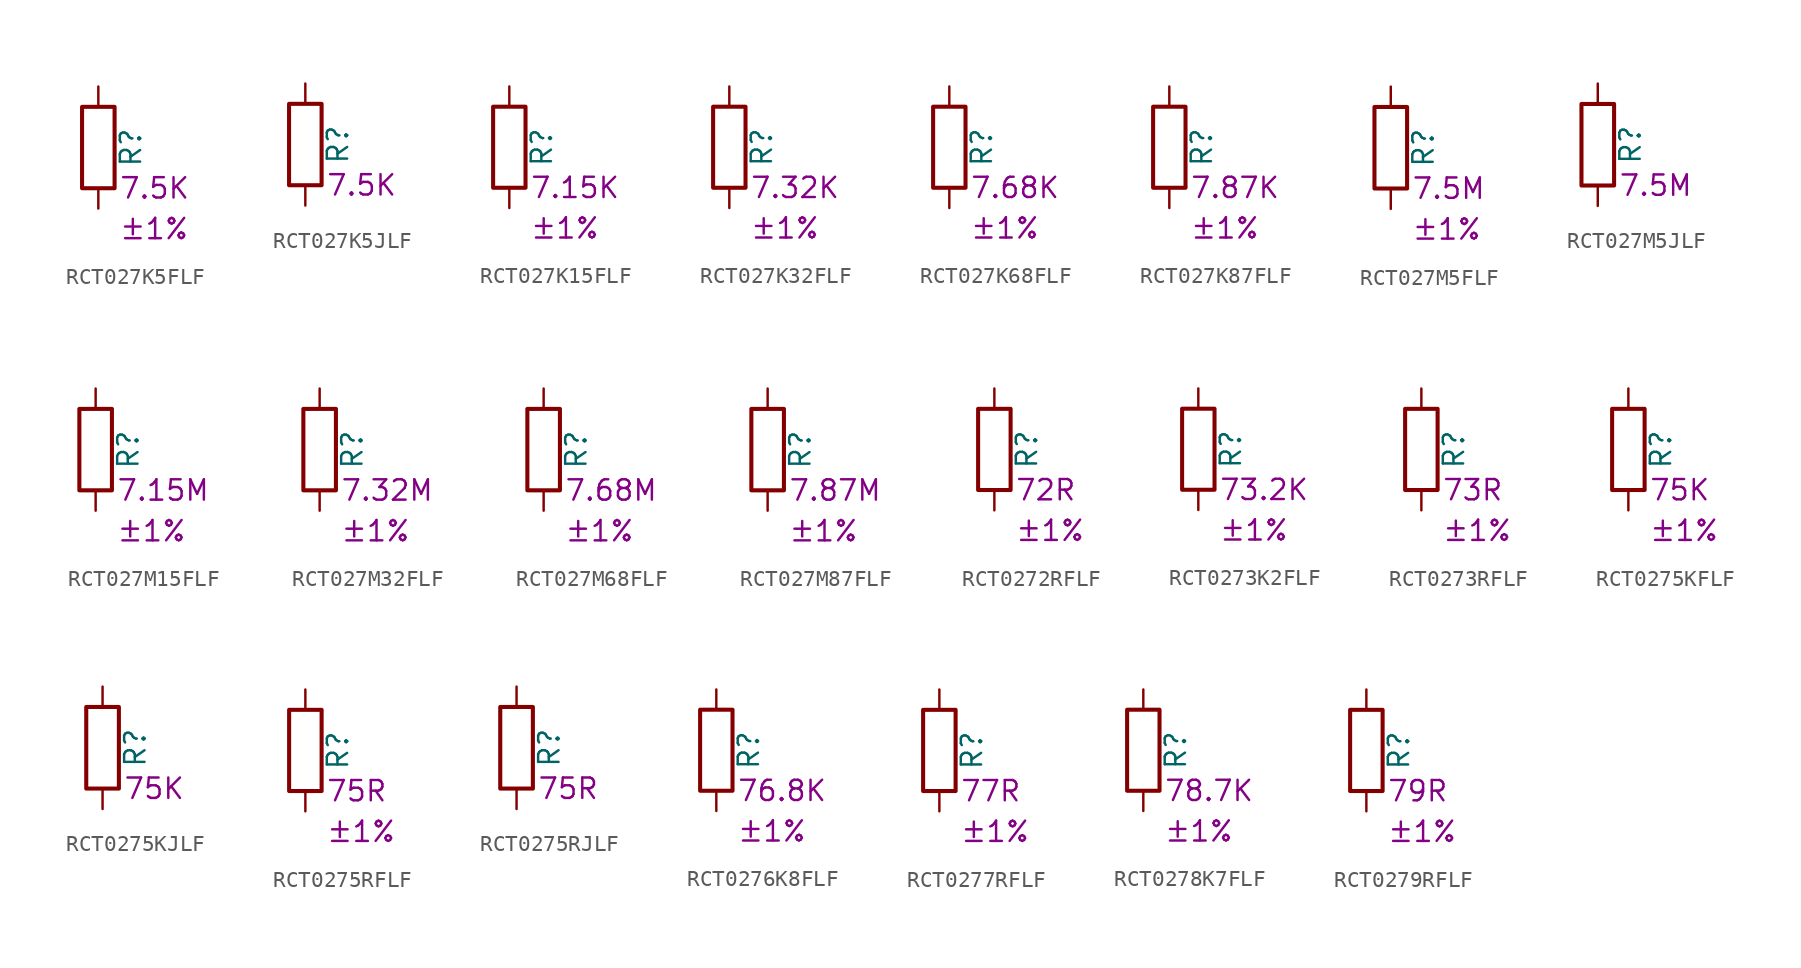
<source format=kicad_sym>
(kicad_symbol_lib
  (version 20220914)
  (generator kicad_symbol_editor)
  (symbol "RCT027K5FLF"
    (pin_numbers hide)
    (pin_names
      (offset 0))
    (property "Reference" "R"
      (at 2.032 0 90)
      (effects (font (size 1.27 1.27))))
    (property "Resistance" "7.5K"
      (at 1.27 -2.54 0)
      (effects (font (size 1.27 1.27)) (justify left)))
    (property "Tolerance" "±1%"
      (at 1.27 -5.08 0)
      (effects (font (size 1.27 1.27)) (justify left)))
    (symbol "RCT027K5FLF_0_1"
      (rectangle (start -1.016 -2.54) (end 1.016 2.54) (stroke (width 0.254) (type default)) (fill (type none))))
    (symbol "RCT027K5FLF_1_1"
      (pin passive line (at 0 3.81 270) (length 1.27) (name "~" (effects (font (size 1.27 1.27)))) (number "1" (effects (font (size 1.27 1.27)))))
      (pin passive line (at 0 -3.81 90) (length 1.27) (name "~" (effects (font (size 1.27 1.27)))) (number "2" (effects (font (size 1.27 1.27)))))))
  (symbol "RCT027K5JLF"
    (pin_numbers hide)
    (pin_names
      (offset 0))
    (property "Reference" "R"
      (at 2.032 0 90)
      (effects (font (size 1.27 1.27))))
    (property "Resistance" "7.5K"
      (at 1.27 -2.54 0)
      (effects (font (size 1.27 1.27)) (justify left)))
    (symbol "RCT027K5JLF_0_1"
      (rectangle (start -1.016 -2.54) (end 1.016 2.54) (stroke (width 0.254) (type default)) (fill (type none))))
    (symbol "RCT027K5JLF_1_1"
      (pin passive line (at 0 3.81 270) (length 1.27) (name "~" (effects (font (size 1.27 1.27)))) (number "1" (effects (font (size 1.27 1.27)))))
      (pin passive line (at 0 -3.81 90) (length 1.27) (name "~" (effects (font (size 1.27 1.27)))) (number "2" (effects (font (size 1.27 1.27)))))))
  (symbol "RCT027K15FLF"
    (pin_numbers hide)
    (pin_names
      (offset 0))
    (property "Reference" "R"
      (at 2.032 0 90)
      (effects (font (size 1.27 1.27))))
    (property "Resistance" "7.15K"
      (at 1.27 -2.54 0)
      (effects (font (size 1.27 1.27)) (justify left)))
    (property "Tolerance" "±1%"
      (at 1.27 -5.08 0)
      (effects (font (size 1.27 1.27)) (justify left)))
    (symbol "RCT027K15FLF_0_1"
      (rectangle (start -1.016 -2.54) (end 1.016 2.54) (stroke (width 0.254) (type default)) (fill (type none))))
    (symbol "RCT027K15FLF_1_1"
      (pin passive line (at 0 3.81 270) (length 1.27) (name "~" (effects (font (size 1.27 1.27)))) (number "1" (effects (font (size 1.27 1.27)))))
      (pin passive line (at 0 -3.81 90) (length 1.27) (name "~" (effects (font (size 1.27 1.27)))) (number "2" (effects (font (size 1.27 1.27)))))))
  (symbol "RCT027K32FLF"
    (pin_numbers hide)
    (pin_names
      (offset 0))
    (property "Reference" "R"
      (at 2.032 0 90)
      (effects (font (size 1.27 1.27))))
    (property "Resistance" "7.32K"
      (at 1.27 -2.54 0)
      (effects (font (size 1.27 1.27)) (justify left)))
    (property "Tolerance" "±1%"
      (at 1.27 -5.08 0)
      (effects (font (size 1.27 1.27)) (justify left)))
    (symbol "RCT027K32FLF_0_1"
      (rectangle (start -1.016 -2.54) (end 1.016 2.54) (stroke (width 0.254) (type default)) (fill (type none))))
    (symbol "RCT027K32FLF_1_1"
      (pin passive line (at 0 3.81 270) (length 1.27) (name "~" (effects (font (size 1.27 1.27)))) (number "1" (effects (font (size 1.27 1.27)))))
      (pin passive line (at 0 -3.81 90) (length 1.27) (name "~" (effects (font (size 1.27 1.27)))) (number "2" (effects (font (size 1.27 1.27)))))))
  (symbol "RCT027K68FLF"
    (pin_numbers hide)
    (pin_names
      (offset 0))
    (property "Reference" "R"
      (at 2.032 0 90)
      (effects (font (size 1.27 1.27))))
    (property "Resistance" "7.68K"
      (at 1.27 -2.54 0)
      (effects (font (size 1.27 1.27)) (justify left)))
    (property "Tolerance" "±1%"
      (at 1.27 -5.08 0)
      (effects (font (size 1.27 1.27)) (justify left)))
    (symbol "RCT027K68FLF_0_1"
      (rectangle (start -1.016 -2.54) (end 1.016 2.54) (stroke (width 0.254) (type default)) (fill (type none))))
    (symbol "RCT027K68FLF_1_1"
      (pin passive line (at 0 3.81 270) (length 1.27) (name "~" (effects (font (size 1.27 1.27)))) (number "1" (effects (font (size 1.27 1.27)))))
      (pin passive line (at 0 -3.81 90) (length 1.27) (name "~" (effects (font (size 1.27 1.27)))) (number "2" (effects (font (size 1.27 1.27)))))))
  (symbol "RCT027K87FLF"
    (pin_numbers hide)
    (pin_names
      (offset 0))
    (property "Reference" "R"
      (at 2.032 0 90)
      (effects (font (size 1.27 1.27))))
    (property "Resistance" "7.87K"
      (at 1.27 -2.54 0)
      (effects (font (size 1.27 1.27)) (justify left)))
    (property "Tolerance" "±1%"
      (at 1.27 -5.08 0)
      (effects (font (size 1.27 1.27)) (justify left)))
    (symbol "RCT027K87FLF_0_1"
      (rectangle (start -1.016 -2.54) (end 1.016 2.54) (stroke (width 0.254) (type default)) (fill (type none))))
    (symbol "RCT027K87FLF_1_1"
      (pin passive line (at 0 3.81 270) (length 1.27) (name "~" (effects (font (size 1.27 1.27)))) (number "1" (effects (font (size 1.27 1.27)))))
      (pin passive line (at 0 -3.81 90) (length 1.27) (name "~" (effects (font (size 1.27 1.27)))) (number "2" (effects (font (size 1.27 1.27)))))))
  (symbol "RCT027M5FLF"
    (pin_numbers hide)
    (pin_names
      (offset 0))
    (property "Reference" "R"
      (at 2.032 0 90)
      (effects (font (size 1.27 1.27))))
    (property "Resistance" "7.5M"
      (at 1.27 -2.54 0)
      (effects (font (size 1.27 1.27)) (justify left)))
    (property "Tolerance" "±1%"
      (at 1.27 -5.08 0)
      (effects (font (size 1.27 1.27)) (justify left)))
    (symbol "RCT027M5FLF_0_1"
      (rectangle (start -1.016 -2.54) (end 1.016 2.54) (stroke (width 0.254) (type default)) (fill (type none))))
    (symbol "RCT027M5FLF_1_1"
      (pin passive line (at 0 3.81 270) (length 1.27) (name "~" (effects (font (size 1.27 1.27)))) (number "1" (effects (font (size 1.27 1.27)))))
      (pin passive line (at 0 -3.81 90) (length 1.27) (name "~" (effects (font (size 1.27 1.27)))) (number "2" (effects (font (size 1.27 1.27)))))))
  (symbol "RCT027M5JLF"
    (pin_numbers hide)
    (pin_names
      (offset 0))
    (property "Reference" "R"
      (at 2.032 0 90)
      (effects (font (size 1.27 1.27))))
    (property "Resistance" "7.5M"
      (at 1.27 -2.54 0)
      (effects (font (size 1.27 1.27)) (justify left)))
    (symbol "RCT027M5JLF_0_1"
      (rectangle (start -1.016 -2.54) (end 1.016 2.54) (stroke (width 0.254) (type default)) (fill (type none))))
    (symbol "RCT027M5JLF_1_1"
      (pin passive line (at 0 3.81 270) (length 1.27) (name "~" (effects (font (size 1.27 1.27)))) (number "1" (effects (font (size 1.27 1.27)))))
      (pin passive line (at 0 -3.81 90) (length 1.27) (name "~" (effects (font (size 1.27 1.27)))) (number "2" (effects (font (size 1.27 1.27)))))))
  (symbol "RCT027M15FLF"
    (pin_numbers hide)
    (pin_names
      (offset 0))
    (property "Reference" "R"
      (at 2.032 0 90)
      (effects (font (size 1.27 1.27))))
    (property "Resistance" "7.15M"
      (at 1.27 -2.54 0)
      (effects (font (size 1.27 1.27)) (justify left)))
    (property "Tolerance" "±1%"
      (at 1.27 -5.08 0)
      (effects (font (size 1.27 1.27)) (justify left)))
    (symbol "RCT027M15FLF_0_1"
      (rectangle (start -1.016 -2.54) (end 1.016 2.54) (stroke (width 0.254) (type default)) (fill (type none))))
    (symbol "RCT027M15FLF_1_1"
      (pin passive line (at 0 3.81 270) (length 1.27) (name "~" (effects (font (size 1.27 1.27)))) (number "1" (effects (font (size 1.27 1.27)))))
      (pin passive line (at 0 -3.81 90) (length 1.27) (name "~" (effects (font (size 1.27 1.27)))) (number "2" (effects (font (size 1.27 1.27)))))))
  (symbol "RCT027M32FLF"
    (pin_numbers hide)
    (pin_names
      (offset 0))
    (property "Reference" "R"
      (at 2.032 0 90)
      (effects (font (size 1.27 1.27))))
    (property "Resistance" "7.32M"
      (at 1.27 -2.54 0)
      (effects (font (size 1.27 1.27)) (justify left)))
    (property "Tolerance" "±1%"
      (at 1.27 -5.08 0)
      (effects (font (size 1.27 1.27)) (justify left)))
    (symbol "RCT027M32FLF_0_1"
      (rectangle (start -1.016 -2.54) (end 1.016 2.54) (stroke (width 0.254) (type default)) (fill (type none))))
    (symbol "RCT027M32FLF_1_1"
      (pin passive line (at 0 3.81 270) (length 1.27) (name "~" (effects (font (size 1.27 1.27)))) (number "1" (effects (font (size 1.27 1.27)))))
      (pin passive line (at 0 -3.81 90) (length 1.27) (name "~" (effects (font (size 1.27 1.27)))) (number "2" (effects (font (size 1.27 1.27)))))))
  (symbol "RCT027M68FLF"
    (pin_numbers hide)
    (pin_names
      (offset 0))
    (property "Reference" "R"
      (at 2.032 0 90)
      (effects (font (size 1.27 1.27))))
    (property "Resistance" "7.68M"
      (at 1.27 -2.54 0)
      (effects (font (size 1.27 1.27)) (justify left)))
    (property "Tolerance" "±1%"
      (at 1.27 -5.08 0)
      (effects (font (size 1.27 1.27)) (justify left)))
    (symbol "RCT027M68FLF_0_1"
      (rectangle (start -1.016 -2.54) (end 1.016 2.54) (stroke (width 0.254) (type default)) (fill (type none))))
    (symbol "RCT027M68FLF_1_1"
      (pin passive line (at 0 3.81 270) (length 1.27) (name "~" (effects (font (size 1.27 1.27)))) (number "1" (effects (font (size 1.27 1.27)))))
      (pin passive line (at 0 -3.81 90) (length 1.27) (name "~" (effects (font (size 1.27 1.27)))) (number "2" (effects (font (size 1.27 1.27)))))))
  (symbol "RCT027M87FLF"
    (pin_numbers hide)
    (pin_names
      (offset 0))
    (property "Reference" "R"
      (at 2.032 0 90)
      (effects (font (size 1.27 1.27))))
    (property "Resistance" "7.87M"
      (at 1.27 -2.54 0)
      (effects (font (size 1.27 1.27)) (justify left)))
    (property "Tolerance" "±1%"
      (at 1.27 -5.08 0)
      (effects (font (size 1.27 1.27)) (justify left)))
    (symbol "RCT027M87FLF_0_1"
      (rectangle (start -1.016 -2.54) (end 1.016 2.54) (stroke (width 0.254) (type default)) (fill (type none))))
    (symbol "RCT027M87FLF_1_1"
      (pin passive line (at 0 3.81 270) (length 1.27) (name "~" (effects (font (size 1.27 1.27)))) (number "1" (effects (font (size 1.27 1.27)))))
      (pin passive line (at 0 -3.81 90) (length 1.27) (name "~" (effects (font (size 1.27 1.27)))) (number "2" (effects (font (size 1.27 1.27)))))))
  (symbol "RCT0272RFLF"
    (pin_numbers hide)
    (pin_names
      (offset 0))
    (property "Reference" "R"
      (at 2.032 0 90)
      (effects (font (size 1.27 1.27))))
    (property "Resistance" "72R"
      (at 1.27 -2.54 0)
      (effects (font (size 1.27 1.27)) (justify left)))
    (property "Tolerance" "±1%"
      (at 1.27 -5.08 0)
      (effects (font (size 1.27 1.27)) (justify left)))
    (symbol "RCT0272RFLF_0_1"
      (rectangle (start -1.016 -2.54) (end 1.016 2.54) (stroke (width 0.254) (type default)) (fill (type none))))
    (symbol "RCT0272RFLF_1_1"
      (pin passive line (at 0 3.81 270) (length 1.27) (name "~" (effects (font (size 1.27 1.27)))) (number "1" (effects (font (size 1.27 1.27)))))
      (pin passive line (at 0 -3.81 90) (length 1.27) (name "~" (effects (font (size 1.27 1.27)))) (number "2" (effects (font (size 1.27 1.27)))))))
  (symbol "RCT0273K2FLF"
    (pin_numbers hide)
    (pin_names
      (offset 0))
    (property "Reference" "R"
      (at 2.032 0 90)
      (effects (font (size 1.27 1.27))))
    (property "Resistance" "73.2K"
      (at 1.27 -2.54 0)
      (effects (font (size 1.27 1.27)) (justify left)))
    (property "Tolerance" "±1%"
      (at 1.27 -5.08 0)
      (effects (font (size 1.27 1.27)) (justify left)))
    (symbol "RCT0273K2FLF_0_1"
      (rectangle (start -1.016 -2.54) (end 1.016 2.54) (stroke (width 0.254) (type default)) (fill (type none))))
    (symbol "RCT0273K2FLF_1_1"
      (pin passive line (at 0 3.81 270) (length 1.27) (name "~" (effects (font (size 1.27 1.27)))) (number "1" (effects (font (size 1.27 1.27)))))
      (pin passive line (at 0 -3.81 90) (length 1.27) (name "~" (effects (font (size 1.27 1.27)))) (number "2" (effects (font (size 1.27 1.27)))))))
  (symbol "RCT0273RFLF"
    (pin_numbers hide)
    (pin_names
      (offset 0))
    (property "Reference" "R"
      (at 2.032 0 90)
      (effects (font (size 1.27 1.27))))
    (property "Resistance" "73R"
      (at 1.27 -2.54 0)
      (effects (font (size 1.27 1.27)) (justify left)))
    (property "Tolerance" "±1%"
      (at 1.27 -5.08 0)
      (effects (font (size 1.27 1.27)) (justify left)))
    (symbol "RCT0273RFLF_0_1"
      (rectangle (start -1.016 -2.54) (end 1.016 2.54) (stroke (width 0.254) (type default)) (fill (type none))))
    (symbol "RCT0273RFLF_1_1"
      (pin passive line (at 0 3.81 270) (length 1.27) (name "~" (effects (font (size 1.27 1.27)))) (number "1" (effects (font (size 1.27 1.27)))))
      (pin passive line (at 0 -3.81 90) (length 1.27) (name "~" (effects (font (size 1.27 1.27)))) (number "2" (effects (font (size 1.27 1.27)))))))
  (symbol "RCT0275KFLF"
    (pin_numbers hide)
    (pin_names
      (offset 0))
    (property "Reference" "R"
      (at 2.032 0 90)
      (effects (font (size 1.27 1.27))))
    (property "Resistance" "75K"
      (at 1.27 -2.54 0)
      (effects (font (size 1.27 1.27)) (justify left)))
    (property "Tolerance" "±1%"
      (at 1.27 -5.08 0)
      (effects (font (size 1.27 1.27)) (justify left)))
    (symbol "RCT0275KFLF_0_1"
      (rectangle (start -1.016 -2.54) (end 1.016 2.54) (stroke (width 0.254) (type default)) (fill (type none))))
    (symbol "RCT0275KFLF_1_1"
      (pin passive line (at 0 3.81 270) (length 1.27) (name "~" (effects (font (size 1.27 1.27)))) (number "1" (effects (font (size 1.27 1.27)))))
      (pin passive line (at 0 -3.81 90) (length 1.27) (name "~" (effects (font (size 1.27 1.27)))) (number "2" (effects (font (size 1.27 1.27)))))))
  (symbol "RCT0275KJLF"
    (pin_numbers hide)
    (pin_names
      (offset 0))
    (property "Reference" "R"
      (at 2.032 0 90)
      (effects (font (size 1.27 1.27))))
    (property "Resistance" "75K"
      (at 1.27 -2.54 0)
      (effects (font (size 1.27 1.27)) (justify left)))
    (symbol "RCT0275KJLF_0_1"
      (rectangle (start -1.016 -2.54) (end 1.016 2.54) (stroke (width 0.254) (type default)) (fill (type none))))
    (symbol "RCT0275KJLF_1_1"
      (pin passive line (at 0 3.81 270) (length 1.27) (name "~" (effects (font (size 1.27 1.27)))) (number "1" (effects (font (size 1.27 1.27)))))
      (pin passive line (at 0 -3.81 90) (length 1.27) (name "~" (effects (font (size 1.27 1.27)))) (number "2" (effects (font (size 1.27 1.27)))))))
  (symbol "RCT0275RFLF"
    (pin_numbers hide)
    (pin_names
      (offset 0))
    (property "Reference" "R"
      (at 2.032 0 90)
      (effects (font (size 1.27 1.27))))
    (property "Resistance" "75R"
      (at 1.27 -2.54 0)
      (effects (font (size 1.27 1.27)) (justify left)))
    (property "Tolerance" "±1%"
      (at 1.27 -5.08 0)
      (effects (font (size 1.27 1.27)) (justify left)))
    (symbol "RCT0275RFLF_0_1"
      (rectangle (start -1.016 -2.54) (end 1.016 2.54) (stroke (width 0.254) (type default)) (fill (type none))))
    (symbol "RCT0275RFLF_1_1"
      (pin passive line (at 0 3.81 270) (length 1.27) (name "~" (effects (font (size 1.27 1.27)))) (number "1" (effects (font (size 1.27 1.27)))))
      (pin passive line (at 0 -3.81 90) (length 1.27) (name "~" (effects (font (size 1.27 1.27)))) (number "2" (effects (font (size 1.27 1.27)))))))
  (symbol "RCT0275RJLF"
    (pin_numbers hide)
    (pin_names
      (offset 0))
    (property "Reference" "R"
      (at 2.032 0 90)
      (effects (font (size 1.27 1.27))))
    (property "Resistance" "75R"
      (at 1.27 -2.54 0)
      (effects (font (size 1.27 1.27)) (justify left)))
    (symbol "RCT0275RJLF_0_1"
      (rectangle (start -1.016 -2.54) (end 1.016 2.54) (stroke (width 0.254) (type default)) (fill (type none))))
    (symbol "RCT0275RJLF_1_1"
      (pin passive line (at 0 3.81 270) (length 1.27) (name "~" (effects (font (size 1.27 1.27)))) (number "1" (effects (font (size 1.27 1.27)))))
      (pin passive line (at 0 -3.81 90) (length 1.27) (name "~" (effects (font (size 1.27 1.27)))) (number "2" (effects (font (size 1.27 1.27)))))))
  (symbol "RCT0276K8FLF"
    (pin_numbers hide)
    (pin_names
      (offset 0))
    (property "Reference" "R"
      (at 2.032 0 90)
      (effects (font (size 1.27 1.27))))
    (property "Resistance" "76.8K"
      (at 1.27 -2.54 0)
      (effects (font (size 1.27 1.27)) (justify left)))
    (property "Tolerance" "±1%"
      (at 1.27 -5.08 0)
      (effects (font (size 1.27 1.27)) (justify left)))
    (symbol "RCT0276K8FLF_0_1"
      (rectangle (start -1.016 -2.54) (end 1.016 2.54) (stroke (width 0.254) (type default)) (fill (type none))))
    (symbol "RCT0276K8FLF_1_1"
      (pin passive line (at 0 3.81 270) (length 1.27) (name "~" (effects (font (size 1.27 1.27)))) (number "1" (effects (font (size 1.27 1.27)))))
      (pin passive line (at 0 -3.81 90) (length 1.27) (name "~" (effects (font (size 1.27 1.27)))) (number "2" (effects (font (size 1.27 1.27)))))))
  (symbol "RCT0277RFLF"
    (pin_numbers hide)
    (pin_names
      (offset 0))
    (property "Reference" "R"
      (at 2.032 0 90)
      (effects (font (size 1.27 1.27))))
    (property "Resistance" "77R"
      (at 1.27 -2.54 0)
      (effects (font (size 1.27 1.27)) (justify left)))
    (property "Tolerance" "±1%"
      (at 1.27 -5.08 0)
      (effects (font (size 1.27 1.27)) (justify left)))
    (symbol "RCT0277RFLF_0_1"
      (rectangle (start -1.016 -2.54) (end 1.016 2.54) (stroke (width 0.254) (type default)) (fill (type none))))
    (symbol "RCT0277RFLF_1_1"
      (pin passive line (at 0 3.81 270) (length 1.27) (name "~" (effects (font (size 1.27 1.27)))) (number "1" (effects (font (size 1.27 1.27)))))
      (pin passive line (at 0 -3.81 90) (length 1.27) (name "~" (effects (font (size 1.27 1.27)))) (number "2" (effects (font (size 1.27 1.27)))))))
  (symbol "RCT0278K7FLF"
    (pin_numbers hide)
    (pin_names
      (offset 0))
    (property "Reference" "R"
      (at 2.032 0 90)
      (effects (font (size 1.27 1.27))))
    (property "Resistance" "78.7K"
      (at 1.27 -2.54 0)
      (effects (font (size 1.27 1.27)) (justify left)))
    (property "Tolerance" "±1%"
      (at 1.27 -5.08 0)
      (effects (font (size 1.27 1.27)) (justify left)))
    (symbol "RCT0278K7FLF_0_1"
      (rectangle (start -1.016 -2.54) (end 1.016 2.54) (stroke (width 0.254) (type default)) (fill (type none))))
    (symbol "RCT0278K7FLF_1_1"
      (pin passive line (at 0 3.81 270) (length 1.27) (name "~" (effects (font (size 1.27 1.27)))) (number "1" (effects (font (size 1.27 1.27)))))
      (pin passive line (at 0 -3.81 90) (length 1.27) (name "~" (effects (font (size 1.27 1.27)))) (number "2" (effects (font (size 1.27 1.27)))))))
  (symbol "RCT0279RFLF"
    (pin_numbers hide)
    (pin_names
      (offset 0))
    (property "Reference" "R"
      (at 2.032 0 90)
      (effects (font (size 1.27 1.27))))
    (property "Resistance" "79R"
      (at 1.27 -2.54 0)
      (effects (font (size 1.27 1.27)) (justify left)))
    (property "Tolerance" "±1%"
      (at 1.27 -5.08 0)
      (effects (font (size 1.27 1.27)) (justify left)))
    (symbol "RCT0279RFLF_0_1"
      (rectangle (start -1.016 -2.54) (end 1.016 2.54) (stroke (width 0.254) (type default)) (fill (type none))))
    (symbol "RCT0279RFLF_1_1"
      (pin passive line (at 0 3.81 270) (length 1.27) (name "~" (effects (font (size 1.27 1.27)))) (number "1" (effects (font (size 1.27 1.27)))))
      (pin passive line (at 0 -3.81 90) (length 1.27) (name "~" (effects (font (size 1.27 1.27)))) (number "2" (effects (font (size 1.27 1.27))))))))
</source>
